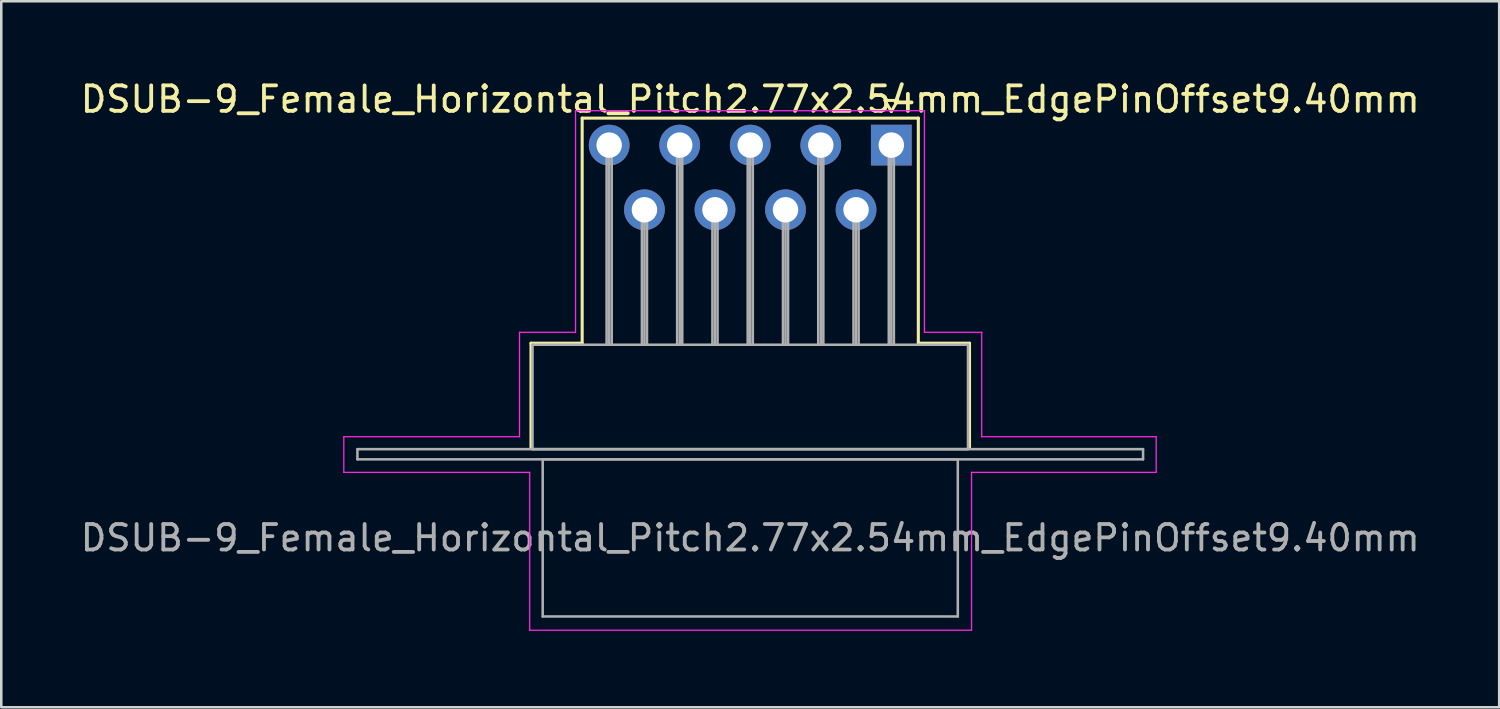
<source format=kicad_pcb>
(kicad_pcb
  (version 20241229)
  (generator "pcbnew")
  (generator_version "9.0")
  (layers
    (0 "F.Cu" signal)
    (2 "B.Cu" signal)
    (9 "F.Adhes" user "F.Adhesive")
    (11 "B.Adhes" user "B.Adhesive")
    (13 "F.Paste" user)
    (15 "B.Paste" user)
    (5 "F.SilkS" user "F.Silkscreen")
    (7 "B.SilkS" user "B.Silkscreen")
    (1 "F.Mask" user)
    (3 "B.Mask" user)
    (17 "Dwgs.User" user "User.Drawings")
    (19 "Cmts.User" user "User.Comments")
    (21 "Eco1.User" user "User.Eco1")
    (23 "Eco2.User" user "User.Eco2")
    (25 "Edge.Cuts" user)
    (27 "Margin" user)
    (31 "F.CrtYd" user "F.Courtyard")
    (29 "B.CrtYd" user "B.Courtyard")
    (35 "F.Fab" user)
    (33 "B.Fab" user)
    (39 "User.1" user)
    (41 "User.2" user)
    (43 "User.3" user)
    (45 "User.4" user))
  (footprint "DSUB-9_Female_Horizontal_Pitch2.77x2.54mm_EdgePinOffset9.40mm"
    (layer "F.Cu")
    (at 31.951 2.648)
    (property "Reference" "DSUB-9_Female_Horizontal_Pitch2.77x2.54mm_EdgePinOffset9.40mm" (at -5.54 -1.8 0) (layer "F.SilkS") (effects (font (size 1 1) (thickness 0.15))))
    (attr through_hole)
    (fp_line (start -14.15 7.78) (end -12.14 7.78) (stroke (width 0.12) (type solid)) (layer "F.SilkS"))
    (fp_line (start -14.15 11.88) (end -14.15 7.78) (stroke (width 0.12) (type solid)) (layer "F.SilkS"))
    (fp_line (start -12.14 -1.06) (end 1.06 -1.06) (stroke (width 0.12) (type solid)) (layer "F.SilkS"))
    (fp_line (start -12.14 7.78) (end -12.14 -1.06) (stroke (width 0.12) (type solid)) (layer "F.SilkS"))
    (fp_line (start -0.25 -1.754) (end 0.25 -1.754) (stroke (width 0.12) (type solid)) (layer "F.SilkS"))
    (fp_line (start 0 -1.321) (end -0.25 -1.754) (stroke (width 0.12) (type solid)) (layer "F.SilkS"))
    (fp_line (start 0.25 -1.754) (end 0 -1.321) (stroke (width 0.12) (type solid)) (layer "F.SilkS"))
    (fp_line (start 1.06 -1.06) (end 1.06 7.78) (stroke (width 0.12) (type solid)) (layer "F.SilkS"))
    (fp_line (start 1.06 7.78) (end 3.07 7.78) (stroke (width 0.12) (type solid)) (layer "F.SilkS"))
    (fp_line (start 3.07 7.78) (end 3.07 11.88) (stroke (width 0.12) (type solid)) (layer "F.SilkS"))
    (fp_line (start -21.5 11.45) (end -14.6 11.45) (stroke (width 0.05) (type solid)) (layer "F.CrtYd"))
    (fp_line (start -21.5 12.85) (end -21.5 11.45) (stroke (width 0.05) (type solid)) (layer "F.CrtYd"))
    (fp_line (start -14.6 7.35) (end -12.4 7.35) (stroke (width 0.05) (type solid)) (layer "F.CrtYd"))
    (fp_line (start -14.6 11.45) (end -14.6 7.35) (stroke (width 0.05) (type solid)) (layer "F.CrtYd"))
    (fp_line (start -14.2 12.85) (end -21.5 12.85) (stroke (width 0.05) (type solid)) (layer "F.CrtYd"))
    (fp_line (start -14.2 19.05) (end -14.2 12.85) (stroke (width 0.05) (type solid)) (layer "F.CrtYd"))
    (fp_line (start -12.4 -1.35) (end 1.3 -1.35) (stroke (width 0.05) (type solid)) (layer "F.CrtYd"))
    (fp_line (start -12.4 7.35) (end -12.4 -1.35) (stroke (width 0.05) (type solid)) (layer "F.CrtYd"))
    (fp_line (start 1.3 -1.35) (end 1.3 7.35) (stroke (width 0.05) (type solid)) (layer "F.CrtYd"))
    (fp_line (start 1.3 7.35) (end 3.55 7.35) (stroke (width 0.05) (type solid)) (layer "F.CrtYd"))
    (fp_line (start 3.15 12.85) (end 3.15 19.05) (stroke (width 0.05) (type solid)) (layer "F.CrtYd"))
    (fp_line (start 3.15 19.05) (end -14.2 19.05) (stroke (width 0.05) (type solid)) (layer "F.CrtYd"))
    (fp_line (start 3.55 7.35) (end 3.55 11.45) (stroke (width 0.05) (type solid)) (layer "F.CrtYd"))
    (fp_line (start 3.55 11.45) (end 10.4 11.45) (stroke (width 0.05) (type solid)) (layer "F.CrtYd"))
    (fp_line (start 10.4 11.45) (end 10.4 12.85) (stroke (width 0.05) (type solid)) (layer "F.CrtYd"))
    (fp_line (start 10.4 12.85) (end 3.15 12.85) (stroke (width 0.05) (type solid)) (layer "F.CrtYd"))
    (fp_line (start -20.965 11.94) (end -20.965 12.34) (stroke (width 0.1) (type solid)) (layer "F.Fab"))
    (fp_line (start -20.965 12.34) (end 9.885 12.34) (stroke (width 0.1) (type solid)) (layer "F.Fab"))
    (fp_line (start -14.09 7.84) (end -14.09 11.94) (stroke (width 0.1) (type solid)) (layer "F.Fab"))
    (fp_line (start -14.09 11.94) (end 3.01 11.94) (stroke (width 0.1) (type solid)) (layer "F.Fab"))
    (fp_line (start -13.69 12.34) (end -13.69 18.51) (stroke (width 0.1) (type solid)) (layer "F.Fab"))
    (fp_line (start -13.69 18.51) (end 2.61 18.51) (stroke (width 0.1) (type solid)) (layer "F.Fab"))
    (fp_line (start -11.18 0) (end -11.18 7.84) (stroke (width 0.1) (type solid)) (layer "F.Fab"))
    (fp_line (start -11.08 0) (end -11.08 7.84) (stroke (width 0.1) (type solid)) (layer "F.Fab"))
    (fp_line (start -10.98 0) (end -10.98 7.84) (stroke (width 0.1) (type solid)) (layer "F.Fab"))
    (fp_line (start -9.795 2.54) (end -9.795 7.84) (stroke (width 0.1) (type solid)) (layer "F.Fab"))
    (fp_line (start -9.695 2.54) (end -9.695 7.84) (stroke (width 0.1) (type solid)) (layer "F.Fab"))
    (fp_line (start -9.595 2.54) (end -9.595 7.84) (stroke (width 0.1) (type solid)) (layer "F.Fab"))
    (fp_line (start -8.41 0) (end -8.41 7.84) (stroke (width 0.1) (type solid)) (layer "F.Fab"))
    (fp_line (start -8.31 0) (end -8.31 7.84) (stroke (width 0.1) (type solid)) (layer "F.Fab"))
    (fp_line (start -8.21 0) (end -8.21 7.84) (stroke (width 0.1) (type solid)) (layer "F.Fab"))
    (fp_line (start -7.025 2.54) (end -7.025 7.84) (stroke (width 0.1) (type solid)) (layer "F.Fab"))
    (fp_line (start -6.925 2.54) (end -6.925 7.84) (stroke (width 0.1) (type solid)) (layer "F.Fab"))
    (fp_line (start -6.825 2.54) (end -6.825 7.84) (stroke (width 0.1) (type solid)) (layer "F.Fab"))
    (fp_line (start -5.64 0) (end -5.64 7.84) (stroke (width 0.1) (type solid)) (layer "F.Fab"))
    (fp_line (start -5.54 0) (end -5.54 7.84) (stroke (width 0.1) (type solid)) (layer "F.Fab"))
    (fp_line (start -5.44 0) (end -5.44 7.84) (stroke (width 0.1) (type solid)) (layer "F.Fab"))
    (fp_line (start -4.255 2.54) (end -4.255 7.84) (stroke (width 0.1) (type solid)) (layer "F.Fab"))
    (fp_line (start -4.155 2.54) (end -4.155 7.84) (stroke (width 0.1) (type solid)) (layer "F.Fab"))
    (fp_line (start -4.055 2.54) (end -4.055 7.84) (stroke (width 0.1) (type solid)) (layer "F.Fab"))
    (fp_line (start -2.87 0) (end -2.87 7.84) (stroke (width 0.1) (type solid)) (layer "F.Fab"))
    (fp_line (start -2.77 0) (end -2.77 7.84) (stroke (width 0.1) (type solid)) (layer "F.Fab"))
    (fp_line (start -2.67 0) (end -2.67 7.84) (stroke (width 0.1) (type solid)) (layer "F.Fab"))
    (fp_line (start -1.485 2.54) (end -1.485 7.84) (stroke (width 0.1) (type solid)) (layer "F.Fab"))
    (fp_line (start -1.385 2.54) (end -1.385 7.84) (stroke (width 0.1) (type solid)) (layer "F.Fab"))
    (fp_line (start -1.285 2.54) (end -1.285 7.84) (stroke (width 0.1) (type solid)) (layer "F.Fab"))
    (fp_line (start -0.1 0) (end -0.1 7.84) (stroke (width 0.1) (type solid)) (layer "F.Fab"))
    (fp_line (start 0 0) (end 0 7.84) (stroke (width 0.1) (type solid)) (layer "F.Fab"))
    (fp_line (start 0.1 0) (end 0.1 7.84) (stroke (width 0.1) (type solid)) (layer "F.Fab"))
    (fp_line (start 2.61 12.34) (end -13.69 12.34) (stroke (width 0.1) (type solid)) (layer "F.Fab"))
    (fp_line (start 2.61 18.51) (end 2.61 12.34) (stroke (width 0.1) (type solid)) (layer "F.Fab"))
    (fp_line (start 3.01 7.84) (end -14.09 7.84) (stroke (width 0.1) (type solid)) (layer "F.Fab"))
    (fp_line (start 3.01 11.94) (end 3.01 7.84) (stroke (width 0.1) (type solid)) (layer "F.Fab"))
    (fp_line (start 9.885 11.94) (end -20.965 11.94) (stroke (width 0.1) (type solid)) (layer "F.Fab"))
    (fp_line (start 9.885 12.34) (end 9.885 11.94) (stroke (width 0.1) (type solid)) (layer "F.Fab"))
    (fp_text user "${REFERENCE}" (at -5.54 15.425 0) (layer "F.Fab") (effects (font (size 1 1) (thickness 0.15))))
    (pad "1" thru_hole rect (at 0 0) (size 1.6 1.6) (drill 1) (layers "*.Cu" "*.Mask"))
    (pad "2" thru_hole circle (at -2.77 0) (size 1.6 1.6) (drill 1) (layers "*.Cu" "*.Mask"))
    (pad "3" thru_hole circle (at -5.54 0) (size 1.6 1.6) (drill 1) (layers "*.Cu" "*.Mask"))
    (pad "4" thru_hole circle (at -8.31 0) (size 1.6 1.6) (drill 1) (layers "*.Cu" "*.Mask"))
    (pad "5" thru_hole circle (at -11.08 0) (size 1.6 1.6) (drill 1) (layers "*.Cu" "*.Mask"))
    (pad "6" thru_hole circle (at -1.385 2.54) (size 1.6 1.6) (drill 1) (layers "*.Cu" "*.Mask"))
    (pad "7" thru_hole circle (at -4.155 2.54) (size 1.6 1.6) (drill 1) (layers "*.Cu" "*.Mask"))
    (pad "8" thru_hole circle (at -6.925 2.54) (size 1.6 1.6) (drill 1) (layers "*.Cu" "*.Mask"))
    (pad "9" thru_hole circle (at -9.695 2.54) (size 1.6 1.6) (drill 1) (layers "*.Cu" "*.Mask")))
  (gr_rect
    (start -3 -3)
    (end 55.821 24.723)
    (stroke (width 0.1) (type default))
    (fill no)
    (layer "Edge.Cuts")))
</source>
